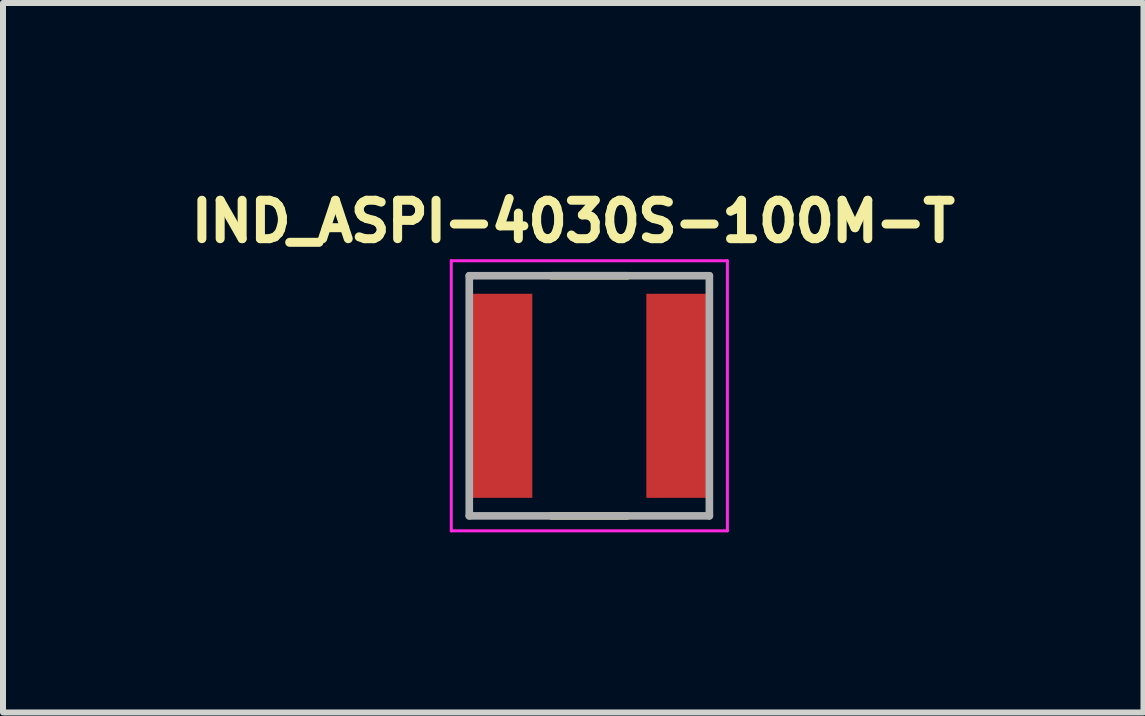
<source format=kicad_pcb>
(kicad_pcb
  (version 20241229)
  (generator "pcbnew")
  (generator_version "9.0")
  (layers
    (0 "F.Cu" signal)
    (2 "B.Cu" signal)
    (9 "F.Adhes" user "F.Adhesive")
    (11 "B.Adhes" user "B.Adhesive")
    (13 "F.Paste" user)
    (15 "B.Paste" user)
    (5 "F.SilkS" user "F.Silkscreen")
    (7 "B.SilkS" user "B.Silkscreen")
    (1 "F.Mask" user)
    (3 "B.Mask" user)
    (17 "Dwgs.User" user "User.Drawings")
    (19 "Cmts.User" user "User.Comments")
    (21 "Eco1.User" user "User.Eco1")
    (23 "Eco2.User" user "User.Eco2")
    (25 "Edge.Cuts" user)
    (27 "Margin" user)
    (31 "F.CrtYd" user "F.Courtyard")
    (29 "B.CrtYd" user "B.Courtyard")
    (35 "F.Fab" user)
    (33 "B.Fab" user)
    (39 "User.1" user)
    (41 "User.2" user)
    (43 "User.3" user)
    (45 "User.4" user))
  (footprint "IND_ASPI-4030S-100M-T"
    (layer "F.Cu")
    (at 6.768 3.544)
    (property "Reference" "IND_ASPI-4030S-100M-T" (at -0.268 -2.906 0) (layer "F.SilkS") (effects (font (size 0.64 0.64) (thickness 0.15))))
    (attr smd)
    (fp_line (start -0.63 -2) (end 0.63 -2) (stroke (width 0.127) (type solid)) (layer "F.SilkS"))
    (fp_line (start -0.63 2) (end 0.63 2) (stroke (width 0.127) (type solid)) (layer "F.SilkS"))
    (fp_line (start -2.3 -2.25) (end -2.3 2.25) (stroke (width 0.05) (type solid)) (layer "F.CrtYd"))
    (fp_line (start -2.3 2.25) (end 2.3 2.25) (stroke (width 0.05) (type solid)) (layer "F.CrtYd"))
    (fp_line (start 2.3 -2.25) (end -2.3 -2.25) (stroke (width 0.05) (type solid)) (layer "F.CrtYd"))
    (fp_line (start 2.3 2.25) (end 2.3 -2.25) (stroke (width 0.05) (type solid)) (layer "F.CrtYd"))
    (fp_line (start -2 -2) (end -2 2) (stroke (width 0.127) (type solid)) (layer "F.Fab"))
    (fp_line (start -2 -2) (end 2 -2) (stroke (width 0.127) (type solid)) (layer "F.Fab"))
    (fp_line (start -2 2) (end 2 2) (stroke (width 0.127) (type solid)) (layer "F.Fab"))
    (fp_line (start 2 -2) (end 2 2) (stroke (width 0.127) (type solid)) (layer "F.Fab"))
    (pad "1" smd rect (at -1.5 0) (size 1.1 3.4) (layers "F.Cu" "F.Mask" "F.Paste"))
    (pad "2" smd rect (at 1.5 0) (size 1.1 3.4) (layers "F.Cu" "F.Mask" "F.Paste")))
  (gr_rect
    (start -3 -3)
    (end 16 8.819)
    (stroke (width 0.1) (type default))
    (fill no)
    (layer "Edge.Cuts")))
</source>
